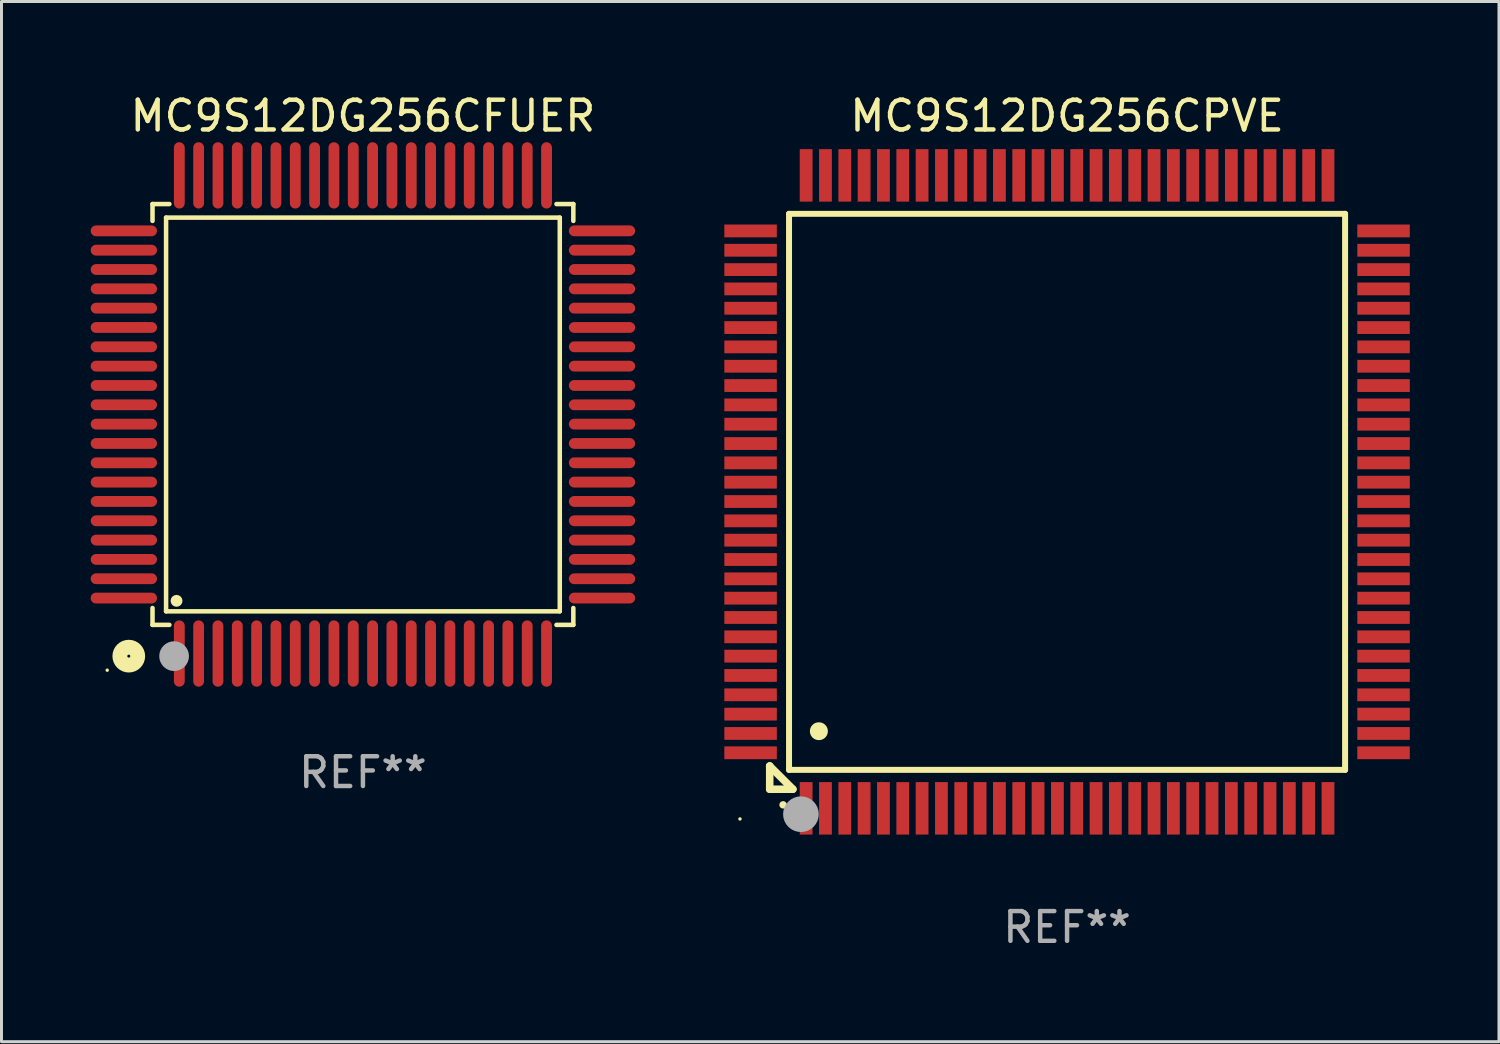
<source format=kicad_pcb>
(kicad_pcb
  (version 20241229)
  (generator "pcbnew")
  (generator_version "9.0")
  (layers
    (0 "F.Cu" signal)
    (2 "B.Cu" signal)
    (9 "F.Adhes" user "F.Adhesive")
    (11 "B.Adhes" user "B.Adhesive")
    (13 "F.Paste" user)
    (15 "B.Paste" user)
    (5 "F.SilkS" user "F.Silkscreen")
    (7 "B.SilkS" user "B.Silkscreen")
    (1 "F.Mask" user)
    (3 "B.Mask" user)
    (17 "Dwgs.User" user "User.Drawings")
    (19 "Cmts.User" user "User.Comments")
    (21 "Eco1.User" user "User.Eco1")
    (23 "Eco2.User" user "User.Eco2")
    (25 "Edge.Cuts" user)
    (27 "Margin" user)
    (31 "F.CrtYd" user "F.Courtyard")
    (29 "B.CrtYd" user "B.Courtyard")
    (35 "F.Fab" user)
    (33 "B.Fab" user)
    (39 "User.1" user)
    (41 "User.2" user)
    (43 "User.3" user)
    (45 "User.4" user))
  (footprint "MC9S12DG256CFUER"
    (layer "F.Cu")
    (at 9.155 10.888)
    (property "Reference" "MC9S12DG256CFUER" (at 0 -10.04 0) (layer "F.SilkS") (effects (font (size 1 1) (thickness 0.15))))
    (attr through_hole)
    (fp_line (start -7.076 -7.076) (end -7.076 -6.509) (stroke (width 0.152) (type solid)) (layer "F.SilkS"))
    (fp_line (start -7.076 7.076) (end -7.076 6.509) (stroke (width 0.152) (type solid)) (layer "F.SilkS"))
    (fp_line (start -6.62 -6.62) (end 6.62 -6.62) (stroke (width 0.152) (type solid)) (layer "F.SilkS"))
    (fp_line (start -6.62 6.62) (end -6.62 -6.62) (stroke (width 0.152) (type solid)) (layer "F.SilkS"))
    (fp_line (start -6.509 -7.076) (end -7.076 -7.076) (stroke (width 0.152) (type solid)) (layer "F.SilkS"))
    (fp_line (start -6.509 7.076) (end -7.076 7.076) (stroke (width 0.152) (type solid)) (layer "F.SilkS"))
    (fp_line (start 6.509 -7.076) (end 7.076 -7.076) (stroke (width 0.152) (type solid)) (layer "F.SilkS"))
    (fp_line (start 6.509 7.076) (end 7.076 7.076) (stroke (width 0.152) (type solid)) (layer "F.SilkS"))
    (fp_line (start 6.62 -6.62) (end 6.62 6.62) (stroke (width 0.152) (type solid)) (layer "F.SilkS"))
    (fp_line (start 6.62 6.62) (end -6.62 6.62) (stroke (width 0.152) (type solid)) (layer "F.SilkS"))
    (fp_line (start 7.076 -7.076) (end 7.076 -6.509) (stroke (width 0.152) (type solid)) (layer "F.SilkS"))
    (fp_line (start 7.076 7.076) (end 7.076 6.509) (stroke (width 0.152) (type solid)) (layer "F.SilkS"))
    (fp_circle (center -8.6 8.6) (end -8.57 8.6) (stroke (width 0.06) (type solid)) (fill no) (layer "F.SilkS"))
    (fp_circle (center -7.874 8.128) (end -7.574 8.128) (stroke (width 0.5) (type solid)) (fill no) (layer "F.SilkS"))
    (fp_circle (center -6.268 6.268) (end -6.168 6.268) (stroke (width 0.2) (type solid)) (fill no) (layer "F.SilkS"))
    (fp_circle (center -6.35 8.128) (end -6.1 8.128) (stroke (width 0.5) (type solid)) (fill no) (layer "F.Fab"))
    (fp_text user "REF**" (at 0 12.04 0) (layer "F.Fab") (effects (font (size 1 1) (thickness 0.15))))
    (pad "1" smd oval (at -6.175 8.04) (size 0.364 2.23) (layers "F.Cu" "F.Mask" "F.Paste"))
    (pad "2" smd oval (at -5.525 8.04) (size 0.364 2.23) (layers "F.Cu" "F.Mask" "F.Paste"))
    (pad "3" smd oval (at -4.875 8.04) (size 0.364 2.23) (layers "F.Cu" "F.Mask" "F.Paste"))
    (pad "4" smd oval (at -4.225 8.04) (size 0.364 2.23) (layers "F.Cu" "F.Mask" "F.Paste"))
    (pad "5" smd oval (at -3.575 8.04) (size 0.364 2.23) (layers "F.Cu" "F.Mask" "F.Paste"))
    (pad "6" smd oval (at -2.925 8.04) (size 0.364 2.23) (layers "F.Cu" "F.Mask" "F.Paste"))
    (pad "7" smd oval (at -2.275 8.04) (size 0.364 2.23) (layers "F.Cu" "F.Mask" "F.Paste"))
    (pad "8" smd oval (at -1.625 8.04) (size 0.364 2.23) (layers "F.Cu" "F.Mask" "F.Paste"))
    (pad "9" smd oval (at -0.975 8.04) (size 0.364 2.23) (layers "F.Cu" "F.Mask" "F.Paste"))
    (pad "10" smd oval (at -0.325 8.04) (size 0.364 2.23) (layers "F.Cu" "F.Mask" "F.Paste"))
    (pad "11" smd oval (at 0.325 8.04) (size 0.364 2.23) (layers "F.Cu" "F.Mask" "F.Paste"))
    (pad "12" smd oval (at 0.975 8.04) (size 0.364 2.23) (layers "F.Cu" "F.Mask" "F.Paste"))
    (pad "13" smd oval (at 1.625 8.04) (size 0.364 2.23) (layers "F.Cu" "F.Mask" "F.Paste"))
    (pad "14" smd oval (at 2.275 8.04) (size 0.364 2.23) (layers "F.Cu" "F.Mask" "F.Paste"))
    (pad "15" smd oval (at 2.925 8.04) (size 0.364 2.23) (layers "F.Cu" "F.Mask" "F.Paste"))
    (pad "16" smd oval (at 3.575 8.04) (size 0.364 2.23) (layers "F.Cu" "F.Mask" "F.Paste"))
    (pad "17" smd oval (at 4.225 8.04) (size 0.364 2.23) (layers "F.Cu" "F.Mask" "F.Paste"))
    (pad "18" smd oval (at 4.875 8.04) (size 0.364 2.23) (layers "F.Cu" "F.Mask" "F.Paste"))
    (pad "19" smd oval (at 5.525 8.04) (size 0.364 2.23) (layers "F.Cu" "F.Mask" "F.Paste"))
    (pad "20" smd oval (at 6.175 8.04) (size 0.364 2.23) (layers "F.Cu" "F.Mask" "F.Paste"))
    (pad "21" smd oval (at 8.04 6.175) (size 2.23 0.364) (layers "F.Cu" "F.Mask" "F.Paste"))
    (pad "22" smd oval (at 8.04 5.525) (size 2.23 0.364) (layers "F.Cu" "F.Mask" "F.Paste"))
    (pad "23" smd oval (at 8.04 4.875) (size 2.23 0.364) (layers "F.Cu" "F.Mask" "F.Paste"))
    (pad "24" smd oval (at 8.04 4.225) (size 2.23 0.364) (layers "F.Cu" "F.Mask" "F.Paste"))
    (pad "25" smd oval (at 8.04 3.575) (size 2.23 0.364) (layers "F.Cu" "F.Mask" "F.Paste"))
    (pad "26" smd oval (at 8.04 2.925) (size 2.23 0.364) (layers "F.Cu" "F.Mask" "F.Paste"))
    (pad "27" smd oval (at 8.04 2.275) (size 2.23 0.364) (layers "F.Cu" "F.Mask" "F.Paste"))
    (pad "28" smd oval (at 8.04 1.625) (size 2.23 0.364) (layers "F.Cu" "F.Mask" "F.Paste"))
    (pad "29" smd oval (at 8.04 0.975) (size 2.23 0.364) (layers "F.Cu" "F.Mask" "F.Paste"))
    (pad "30" smd oval (at 8.04 0.325) (size 2.23 0.364) (layers "F.Cu" "F.Mask" "F.Paste"))
    (pad "31" smd oval (at 8.04 -0.325) (size 2.23 0.364) (layers "F.Cu" "F.Mask" "F.Paste"))
    (pad "32" smd oval (at 8.04 -0.975) (size 2.23 0.364) (layers "F.Cu" "F.Mask" "F.Paste"))
    (pad "33" smd oval (at 8.04 -1.625) (size 2.23 0.364) (layers "F.Cu" "F.Mask" "F.Paste"))
    (pad "34" smd oval (at 8.04 -2.275) (size 2.23 0.364) (layers "F.Cu" "F.Mask" "F.Paste"))
    (pad "35" smd oval (at 8.04 -2.925) (size 2.23 0.364) (layers "F.Cu" "F.Mask" "F.Paste"))
    (pad "36" smd oval (at 8.04 -3.575) (size 2.23 0.364) (layers "F.Cu" "F.Mask" "F.Paste"))
    (pad "37" smd oval (at 8.04 -4.225) (size 2.23 0.364) (layers "F.Cu" "F.Mask" "F.Paste"))
    (pad "38" smd oval (at 8.04 -4.875) (size 2.23 0.364) (layers "F.Cu" "F.Mask" "F.Paste"))
    (pad "39" smd oval (at 8.04 -5.525) (size 2.23 0.364) (layers "F.Cu" "F.Mask" "F.Paste"))
    (pad "40" smd oval (at 8.04 -6.175) (size 2.23 0.364) (layers "F.Cu" "F.Mask" "F.Paste"))
    (pad "41" smd oval (at 6.175 -8.04) (size 0.364 2.23) (layers "F.Cu" "F.Mask" "F.Paste"))
    (pad "42" smd oval (at 5.525 -8.04) (size 0.364 2.23) (layers "F.Cu" "F.Mask" "F.Paste"))
    (pad "43" smd oval (at 4.875 -8.04) (size 0.364 2.23) (layers "F.Cu" "F.Mask" "F.Paste"))
    (pad "44" smd oval (at 4.225 -8.04) (size 0.364 2.23) (layers "F.Cu" "F.Mask" "F.Paste"))
    (pad "45" smd oval (at 3.575 -8.04) (size 0.364 2.23) (layers "F.Cu" "F.Mask" "F.Paste"))
    (pad "46" smd oval (at 2.925 -8.04) (size 0.364 2.23) (layers "F.Cu" "F.Mask" "F.Paste"))
    (pad "47" smd oval (at 2.275 -8.04) (size 0.364 2.23) (layers "F.Cu" "F.Mask" "F.Paste"))
    (pad "48" smd oval (at 1.625 -8.04) (size 0.364 2.23) (layers "F.Cu" "F.Mask" "F.Paste"))
    (pad "49" smd oval (at 0.975 -8.04) (size 0.364 2.23) (layers "F.Cu" "F.Mask" "F.Paste"))
    (pad "50" smd oval (at 0.325 -8.04) (size 0.364 2.23) (layers "F.Cu" "F.Mask" "F.Paste"))
    (pad "51" smd oval (at -0.325 -8.04) (size 0.364 2.23) (layers "F.Cu" "F.Mask" "F.Paste"))
    (pad "52" smd oval (at -0.975 -8.04) (size 0.364 2.23) (layers "F.Cu" "F.Mask" "F.Paste"))
    (pad "53" smd oval (at -1.625 -8.04) (size 0.364 2.23) (layers "F.Cu" "F.Mask" "F.Paste"))
    (pad "54" smd oval (at -2.275 -8.04) (size 0.364 2.23) (layers "F.Cu" "F.Mask" "F.Paste"))
    (pad "55" smd oval (at -2.925 -8.04) (size 0.364 2.23) (layers "F.Cu" "F.Mask" "F.Paste"))
    (pad "56" smd oval (at -3.575 -8.04) (size 0.364 2.23) (layers "F.Cu" "F.Mask" "F.Paste"))
    (pad "57" smd oval (at -4.225 -8.04) (size 0.364 2.23) (layers "F.Cu" "F.Mask" "F.Paste"))
    (pad "58" smd oval (at -4.875 -8.04) (size 0.364 2.23) (layers "F.Cu" "F.Mask" "F.Paste"))
    (pad "59" smd oval (at -5.525 -8.04) (size 0.364 2.23) (layers "F.Cu" "F.Mask" "F.Paste"))
    (pad "60" smd oval (at -6.175 -8.04) (size 0.364 2.23) (layers "F.Cu" "F.Mask" "F.Paste"))
    (pad "61" smd oval (at -8.04 -6.175) (size 2.23 0.364) (layers "F.Cu" "F.Mask" "F.Paste"))
    (pad "62" smd oval (at -8.04 -5.525) (size 2.23 0.364) (layers "F.Cu" "F.Mask" "F.Paste"))
    (pad "63" smd oval (at -8.04 -4.875) (size 2.23 0.364) (layers "F.Cu" "F.Mask" "F.Paste"))
    (pad "64" smd oval (at -8.04 -4.225) (size 2.23 0.364) (layers "F.Cu" "F.Mask" "F.Paste"))
    (pad "65" smd oval (at -8.04 -3.575) (size 2.23 0.364) (layers "F.Cu" "F.Mask" "F.Paste"))
    (pad "66" smd oval (at -8.04 -2.925) (size 2.23 0.364) (layers "F.Cu" "F.Mask" "F.Paste"))
    (pad "67" smd oval (at -8.04 -2.275) (size 2.23 0.364) (layers "F.Cu" "F.Mask" "F.Paste"))
    (pad "68" smd oval (at -8.04 -1.625) (size 2.23 0.364) (layers "F.Cu" "F.Mask" "F.Paste"))
    (pad "69" smd oval (at -8.04 -0.975) (size 2.23 0.364) (layers "F.Cu" "F.Mask" "F.Paste"))
    (pad "70" smd oval (at -8.04 -0.325) (size 2.23 0.364) (layers "F.Cu" "F.Mask" "F.Paste"))
    (pad "71" smd oval (at -8.04 0.325) (size 2.23 0.364) (layers "F.Cu" "F.Mask" "F.Paste"))
    (pad "72" smd oval (at -8.04 0.975) (size 2.23 0.364) (layers "F.Cu" "F.Mask" "F.Paste"))
    (pad "73" smd oval (at -8.04 1.625) (size 2.23 0.364) (layers "F.Cu" "F.Mask" "F.Paste"))
    (pad "74" smd oval (at -8.04 2.275) (size 2.23 0.364) (layers "F.Cu" "F.Mask" "F.Paste"))
    (pad "75" smd oval (at -8.04 2.925) (size 2.23 0.364) (layers "F.Cu" "F.Mask" "F.Paste"))
    (pad "76" smd oval (at -8.04 3.575) (size 2.23 0.364) (layers "F.Cu" "F.Mask" "F.Paste"))
    (pad "77" smd oval (at -8.04 4.225) (size 2.23 0.364) (layers "F.Cu" "F.Mask" "F.Paste"))
    (pad "78" smd oval (at -8.04 4.875) (size 2.23 0.364) (layers "F.Cu" "F.Mask" "F.Paste"))
    (pad "79" smd oval (at -8.04 5.525) (size 2.23 0.364) (layers "F.Cu" "F.Mask" "F.Paste"))
    (pad "80" smd oval (at -8.04 6.175) (size 2.23 0.364) (layers "F.Cu" "F.Mask" "F.Paste")))
  (footprint "MC9S12DG256CPVE"
    (layer "F.Cu")
    (at 32.835 13.491)
    (property "Reference" "MC9S12DG256CPVE" (at 0 -12.643 0) (layer "F.SilkS") (effects (font (size 1 1) (thickness 0.15))))
    (attr through_hole)
    (fp_line (start -10 9.221) (end -10 9.221) (stroke (width 0.254) (type solid)) (layer "F.SilkS"))
    (fp_line (start -10 9.221) (end -10 10) (stroke (width 0.254) (type solid)) (layer "F.SilkS"))
    (fp_line (start -10 9.221) (end -9.221 10) (stroke (width 0.254) (type solid)) (layer "F.SilkS"))
    (fp_line (start -10 10) (end -9.221 10) (stroke (width 0.254) (type solid)) (layer "F.SilkS"))
    (fp_line (start -9.35 -9.35) (end -9.35 9.35) (stroke (width 0.201) (type solid)) (layer "F.SilkS"))
    (fp_line (start -9.35 9.35) (end 9.35 9.35) (stroke (width 0.201) (type solid)) (layer "F.SilkS"))
    (fp_line (start 9.35 -9.35) (end -9.35 -9.35) (stroke (width 0.201) (type solid)) (layer "F.SilkS"))
    (fp_line (start 9.35 9.35) (end 9.35 -9.35) (stroke (width 0.201) (type solid)) (layer "F.SilkS"))
    (fp_arc (start -9.550546 10.525832) (mid -9.549276 10.525826) (end -9.548006 10.525832) (stroke (width 0.24892) (type solid)) (layer "F.SilkS"))
    (fp_arc (start -8.349124 8.049327) (mid -8.346584 8.049316) (end -8.344044 8.049327) (stroke (width 0.599441) (type solid)) (layer "F.SilkS"))
    (fp_circle (center -11 11) (end -10.97 11) (stroke (width 0.06) (type solid)) (fill no) (layer "F.SilkS"))
    (fp_circle (center -8.95 10.84) (end -8.65 10.84) (stroke (width 0.6) (type solid)) (fill no) (layer "F.Fab"))
    (fp_text user "REF**" (at 0 14.643 0) (layer "F.Fab") (effects (font (size 1 1) (thickness 0.15))))
    (pad "1" smd rect (at -8.775 10.643) (size 0.43 1.765) (layers "F.Cu" "F.Mask" "F.Paste"))
    (pad "2" smd rect (at -8.125 10.643) (size 0.43 1.765) (layers "F.Cu" "F.Mask" "F.Paste"))
    (pad "3" smd rect (at -7.475 10.643) (size 0.43 1.765) (layers "F.Cu" "F.Mask" "F.Paste"))
    (pad "4" smd rect (at -6.825 10.643) (size 0.43 1.765) (layers "F.Cu" "F.Mask" "F.Paste"))
    (pad "5" smd rect (at -6.175 10.643) (size 0.43 1.765) (layers "F.Cu" "F.Mask" "F.Paste"))
    (pad "6" smd rect (at -5.525 10.643) (size 0.43 1.765) (layers "F.Cu" "F.Mask" "F.Paste"))
    (pad "7" smd rect (at -4.875 10.643) (size 0.43 1.765) (layers "F.Cu" "F.Mask" "F.Paste"))
    (pad "8" smd rect (at -4.225 10.643) (size 0.43 1.765) (layers "F.Cu" "F.Mask" "F.Paste"))
    (pad "9" smd rect (at -3.575 10.643) (size 0.43 1.765) (layers "F.Cu" "F.Mask" "F.Paste"))
    (pad "10" smd rect (at -2.925 10.643) (size 0.43 1.765) (layers "F.Cu" "F.Mask" "F.Paste"))
    (pad "11" smd rect (at -2.275 10.643) (size 0.43 1.765) (layers "F.Cu" "F.Mask" "F.Paste"))
    (pad "12" smd rect (at -1.625 10.643) (size 0.43 1.765) (layers "F.Cu" "F.Mask" "F.Paste"))
    (pad "13" smd rect (at -0.975 10.643) (size 0.43 1.765) (layers "F.Cu" "F.Mask" "F.Paste"))
    (pad "14" smd rect (at -0.325 10.643) (size 0.43 1.765) (layers "F.Cu" "F.Mask" "F.Paste"))
    (pad "15" smd rect (at 0.325 10.643) (size 0.43 1.765) (layers "F.Cu" "F.Mask" "F.Paste"))
    (pad "16" smd rect (at 0.975 10.643) (size 0.43 1.765) (layers "F.Cu" "F.Mask" "F.Paste"))
    (pad "17" smd rect (at 1.625 10.643) (size 0.43 1.765) (layers "F.Cu" "F.Mask" "F.Paste"))
    (pad "18" smd rect (at 2.275 10.643) (size 0.43 1.765) (layers "F.Cu" "F.Mask" "F.Paste"))
    (pad "19" smd rect (at 2.925 10.643) (size 0.43 1.765) (layers "F.Cu" "F.Mask" "F.Paste"))
    (pad "20" smd rect (at 3.575 10.643) (size 0.43 1.765) (layers "F.Cu" "F.Mask" "F.Paste"))
    (pad "21" smd rect (at 4.225 10.643) (size 0.43 1.765) (layers "F.Cu" "F.Mask" "F.Paste"))
    (pad "22" smd rect (at 4.875 10.643) (size 0.43 1.765) (layers "F.Cu" "F.Mask" "F.Paste"))
    (pad "23" smd rect (at 5.525 10.643) (size 0.43 1.765) (layers "F.Cu" "F.Mask" "F.Paste"))
    (pad "24" smd rect (at 6.175 10.643) (size 0.43 1.765) (layers "F.Cu" "F.Mask" "F.Paste"))
    (pad "25" smd rect (at 6.825 10.643) (size 0.43 1.765) (layers "F.Cu" "F.Mask" "F.Paste"))
    (pad "26" smd rect (at 7.475 10.643) (size 0.43 1.765) (layers "F.Cu" "F.Mask" "F.Paste"))
    (pad "27" smd rect (at 8.125 10.643) (size 0.43 1.765) (layers "F.Cu" "F.Mask" "F.Paste"))
    (pad "28" smd rect (at 8.775 10.643) (size 0.43 1.765) (layers "F.Cu" "F.Mask" "F.Paste"))
    (pad "29" smd rect (at 10.643 8.775) (size 1.765 0.43) (layers "F.Cu" "F.Mask" "F.Paste"))
    (pad "30" smd rect (at 10.643 8.125) (size 1.765 0.43) (layers "F.Cu" "F.Mask" "F.Paste"))
    (pad "31" smd rect (at 10.643 7.475) (size 1.765 0.43) (layers "F.Cu" "F.Mask" "F.Paste"))
    (pad "32" smd rect (at 10.643 6.825) (size 1.765 0.43) (layers "F.Cu" "F.Mask" "F.Paste"))
    (pad "33" smd rect (at 10.643 6.175) (size 1.765 0.43) (layers "F.Cu" "F.Mask" "F.Paste"))
    (pad "34" smd rect (at 10.643 5.525) (size 1.765 0.43) (layers "F.Cu" "F.Mask" "F.Paste"))
    (pad "35" smd rect (at 10.643 4.875) (size 1.765 0.43) (layers "F.Cu" "F.Mask" "F.Paste"))
    (pad "36" smd rect (at 10.643 4.225) (size 1.765 0.43) (layers "F.Cu" "F.Mask" "F.Paste"))
    (pad "37" smd rect (at 10.643 3.575) (size 1.765 0.43) (layers "F.Cu" "F.Mask" "F.Paste"))
    (pad "38" smd rect (at 10.643 2.925) (size 1.765 0.43) (layers "F.Cu" "F.Mask" "F.Paste"))
    (pad "39" smd rect (at 10.643 2.275) (size 1.765 0.43) (layers "F.Cu" "F.Mask" "F.Paste"))
    (pad "40" smd rect (at 10.643 1.625) (size 1.765 0.43) (layers "F.Cu" "F.Mask" "F.Paste"))
    (pad "41" smd rect (at 10.643 0.975) (size 1.765 0.43) (layers "F.Cu" "F.Mask" "F.Paste"))
    (pad "42" smd rect (at 10.643 0.325) (size 1.765 0.43) (layers "F.Cu" "F.Mask" "F.Paste"))
    (pad "43" smd rect (at 10.643 -0.325) (size 1.765 0.43) (layers "F.Cu" "F.Mask" "F.Paste"))
    (pad "44" smd rect (at 10.643 -0.975) (size 1.765 0.43) (layers "F.Cu" "F.Mask" "F.Paste"))
    (pad "45" smd rect (at 10.643 -1.625) (size 1.765 0.43) (layers "F.Cu" "F.Mask" "F.Paste"))
    (pad "46" smd rect (at 10.643 -2.275) (size 1.765 0.43) (layers "F.Cu" "F.Mask" "F.Paste"))
    (pad "47" smd rect (at 10.643 -2.925) (size 1.765 0.43) (layers "F.Cu" "F.Mask" "F.Paste"))
    (pad "48" smd rect (at 10.643 -3.575) (size 1.765 0.43) (layers "F.Cu" "F.Mask" "F.Paste"))
    (pad "49" smd rect (at 10.643 -4.225) (size 1.765 0.43) (layers "F.Cu" "F.Mask" "F.Paste"))
    (pad "50" smd rect (at 10.643 -4.875) (size 1.765 0.43) (layers "F.Cu" "F.Mask" "F.Paste"))
    (pad "51" smd rect (at 10.643 -5.525) (size 1.765 0.43) (layers "F.Cu" "F.Mask" "F.Paste"))
    (pad "52" smd rect (at 10.643 -6.175) (size 1.765 0.43) (layers "F.Cu" "F.Mask" "F.Paste"))
    (pad "53" smd rect (at 10.643 -6.825) (size 1.765 0.43) (layers "F.Cu" "F.Mask" "F.Paste"))
    (pad "54" smd rect (at 10.643 -7.475) (size 1.765 0.43) (layers "F.Cu" "F.Mask" "F.Paste"))
    (pad "55" smd rect (at 10.643 -8.125) (size 1.765 0.43) (layers "F.Cu" "F.Mask" "F.Paste"))
    (pad "56" smd rect (at 10.643 -8.775) (size 1.765 0.43) (layers "F.Cu" "F.Mask" "F.Paste"))
    (pad "57" smd rect (at 8.775 -10.643) (size 0.43 1.765) (layers "F.Cu" "F.Mask" "F.Paste"))
    (pad "58" smd rect (at 8.125 -10.643) (size 0.43 1.765) (layers "F.Cu" "F.Mask" "F.Paste"))
    (pad "59" smd rect (at 7.475 -10.643) (size 0.43 1.765) (layers "F.Cu" "F.Mask" "F.Paste"))
    (pad "60" smd rect (at 6.825 -10.643) (size 0.43 1.765) (layers "F.Cu" "F.Mask" "F.Paste"))
    (pad "61" smd rect (at 6.175 -10.643) (size 0.43 1.765) (layers "F.Cu" "F.Mask" "F.Paste"))
    (pad "62" smd rect (at 5.525 -10.643) (size 0.43 1.765) (layers "F.Cu" "F.Mask" "F.Paste"))
    (pad "63" smd rect (at 4.875 -10.643) (size 0.43 1.765) (layers "F.Cu" "F.Mask" "F.Paste"))
    (pad "64" smd rect (at 4.225 -10.643) (size 0.43 1.765) (layers "F.Cu" "F.Mask" "F.Paste"))
    (pad "65" smd rect (at 3.575 -10.643) (size 0.43 1.765) (layers "F.Cu" "F.Mask" "F.Paste"))
    (pad "66" smd rect (at 2.925 -10.643) (size 0.43 1.765) (layers "F.Cu" "F.Mask" "F.Paste"))
    (pad "67" smd rect (at 2.275 -10.643) (size 0.43 1.765) (layers "F.Cu" "F.Mask" "F.Paste"))
    (pad "68" smd rect (at 1.625 -10.643) (size 0.43 1.765) (layers "F.Cu" "F.Mask" "F.Paste"))
    (pad "69" smd rect (at 0.975 -10.643) (size 0.43 1.765) (layers "F.Cu" "F.Mask" "F.Paste"))
    (pad "70" smd rect (at 0.325 -10.643) (size 0.43 1.765) (layers "F.Cu" "F.Mask" "F.Paste"))
    (pad "71" smd rect (at -0.325 -10.643) (size 0.43 1.765) (layers "F.Cu" "F.Mask" "F.Paste"))
    (pad "72" smd rect (at -0.975 -10.643) (size 0.43 1.765) (layers "F.Cu" "F.Mask" "F.Paste"))
    (pad "73" smd rect (at -1.625 -10.643) (size 0.43 1.765) (layers "F.Cu" "F.Mask" "F.Paste"))
    (pad "74" smd rect (at -2.275 -10.643) (size 0.43 1.765) (layers "F.Cu" "F.Mask" "F.Paste"))
    (pad "75" smd rect (at -2.925 -10.643) (size 0.43 1.765) (layers "F.Cu" "F.Mask" "F.Paste"))
    (pad "76" smd rect (at -3.575 -10.643) (size 0.43 1.765) (layers "F.Cu" "F.Mask" "F.Paste"))
    (pad "77" smd rect (at -4.225 -10.643) (size 0.43 1.765) (layers "F.Cu" "F.Mask" "F.Paste"))
    (pad "78" smd rect (at -4.875 -10.643) (size 0.43 1.765) (layers "F.Cu" "F.Mask" "F.Paste"))
    (pad "79" smd rect (at -5.525 -10.643) (size 0.43 1.765) (layers "F.Cu" "F.Mask" "F.Paste"))
    (pad "80" smd rect (at -6.175 -10.643) (size 0.43 1.765) (layers "F.Cu" "F.Mask" "F.Paste"))
    (pad "81" smd rect (at -6.825 -10.643) (size 0.43 1.765) (layers "F.Cu" "F.Mask" "F.Paste"))
    (pad "82" smd rect (at -7.475 -10.643) (size 0.43 1.765) (layers "F.Cu" "F.Mask" "F.Paste"))
    (pad "83" smd rect (at -8.125 -10.643) (size 0.43 1.765) (layers "F.Cu" "F.Mask" "F.Paste"))
    (pad "84" smd rect (at -8.775 -10.643) (size 0.43 1.765) (layers "F.Cu" "F.Mask" "F.Paste"))
    (pad "85" smd rect (at -10.643 -8.775) (size 1.765 0.43) (layers "F.Cu" "F.Mask" "F.Paste"))
    (pad "86" smd rect (at -10.643 -8.125) (size 1.765 0.43) (layers "F.Cu" "F.Mask" "F.Paste"))
    (pad "87" smd rect (at -10.643 -7.475) (size 1.765 0.43) (layers "F.Cu" "F.Mask" "F.Paste"))
    (pad "88" smd rect (at -10.643 -6.825) (size 1.765 0.43) (layers "F.Cu" "F.Mask" "F.Paste"))
    (pad "89" smd rect (at -10.643 -6.175) (size 1.765 0.43) (layers "F.Cu" "F.Mask" "F.Paste"))
    (pad "90" smd rect (at -10.643 -5.525) (size 1.765 0.43) (layers "F.Cu" "F.Mask" "F.Paste"))
    (pad "91" smd rect (at -10.643 -4.875) (size 1.765 0.43) (layers "F.Cu" "F.Mask" "F.Paste"))
    (pad "92" smd rect (at -10.643 -4.225) (size 1.765 0.43) (layers "F.Cu" "F.Mask" "F.Paste"))
    (pad "93" smd rect (at -10.643 -3.575) (size 1.765 0.43) (layers "F.Cu" "F.Mask" "F.Paste"))
    (pad "94" smd rect (at -10.643 -2.925) (size 1.765 0.43) (layers "F.Cu" "F.Mask" "F.Paste"))
    (pad "95" smd rect (at -10.643 -2.275) (size 1.765 0.43) (layers "F.Cu" "F.Mask" "F.Paste"))
    (pad "96" smd rect (at -10.643 -1.625) (size 1.765 0.43) (layers "F.Cu" "F.Mask" "F.Paste"))
    (pad "97" smd rect (at -10.643 -0.975) (size 1.765 0.43) (layers "F.Cu" "F.Mask" "F.Paste"))
    (pad "98" smd rect (at -10.643 -0.325) (size 1.765 0.43) (layers "F.Cu" "F.Mask" "F.Paste"))
    (pad "99" smd rect (at -10.643 0.325) (size 1.765 0.43) (layers "F.Cu" "F.Mask" "F.Paste"))
    (pad "100" smd rect (at -10.643 0.975) (size 1.765 0.43) (layers "F.Cu" "F.Mask" "F.Paste"))
    (pad "101" smd rect (at -10.643 1.625) (size 1.765 0.43) (layers "F.Cu" "F.Mask" "F.Paste"))
    (pad "102" smd rect (at -10.643 2.275) (size 1.765 0.43) (layers "F.Cu" "F.Mask" "F.Paste"))
    (pad "103" smd rect (at -10.643 2.925) (size 1.765 0.43) (layers "F.Cu" "F.Mask" "F.Paste"))
    (pad "104" smd rect (at -10.643 3.575) (size 1.765 0.43) (layers "F.Cu" "F.Mask" "F.Paste"))
    (pad "105" smd rect (at -10.643 4.225) (size 1.765 0.43) (layers "F.Cu" "F.Mask" "F.Paste"))
    (pad "106" smd rect (at -10.643 4.875) (size 1.765 0.43) (layers "F.Cu" "F.Mask" "F.Paste"))
    (pad "107" smd rect (at -10.643 5.525) (size 1.765 0.43) (layers "F.Cu" "F.Mask" "F.Paste"))
    (pad "108" smd rect (at -10.643 6.175) (size 1.765 0.43) (layers "F.Cu" "F.Mask" "F.Paste"))
    (pad "109" smd rect (at -10.643 6.825) (size 1.765 0.43) (layers "F.Cu" "F.Mask" "F.Paste"))
    (pad "110" smd rect (at -10.643 7.475) (size 1.765 0.43) (layers "F.Cu" "F.Mask" "F.Paste"))
    (pad "111" smd rect (at -10.643 8.125) (size 1.765 0.43) (layers "F.Cu" "F.Mask" "F.Paste"))
    (pad "112" smd rect (at -10.643 8.775) (size 1.765 0.43) (layers "F.Cu" "F.Mask" "F.Paste")))
  (gr_rect
    (start -3 -3)
    (end 47.36 31.982)
    (stroke (width 0.1) (type default))
    (fill no)
    (layer "Edge.Cuts")))
</source>
